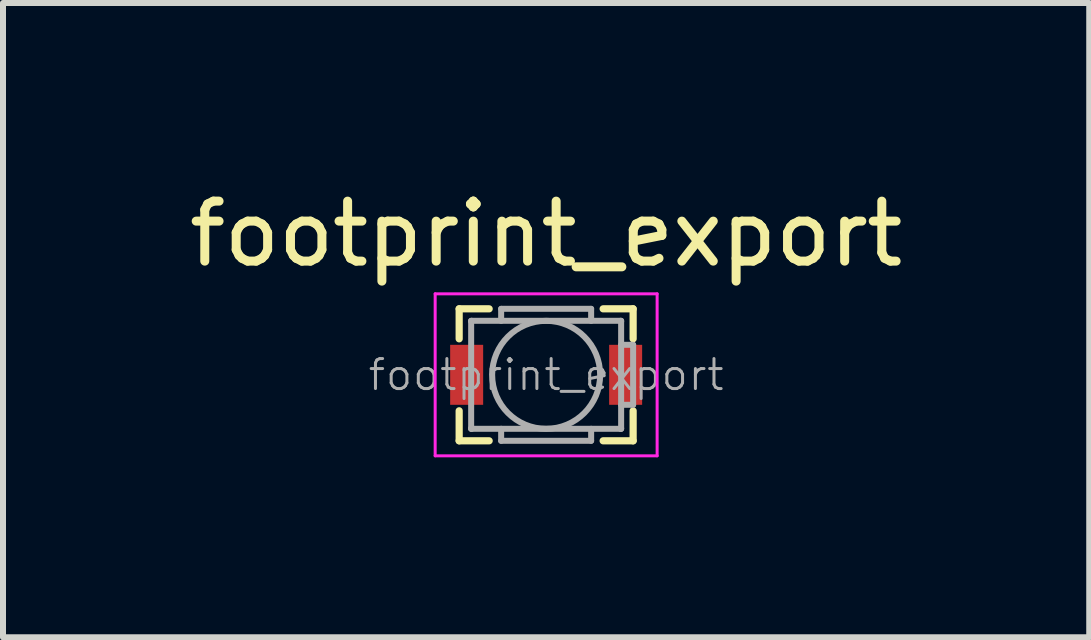
<source format=kicad_pcb>
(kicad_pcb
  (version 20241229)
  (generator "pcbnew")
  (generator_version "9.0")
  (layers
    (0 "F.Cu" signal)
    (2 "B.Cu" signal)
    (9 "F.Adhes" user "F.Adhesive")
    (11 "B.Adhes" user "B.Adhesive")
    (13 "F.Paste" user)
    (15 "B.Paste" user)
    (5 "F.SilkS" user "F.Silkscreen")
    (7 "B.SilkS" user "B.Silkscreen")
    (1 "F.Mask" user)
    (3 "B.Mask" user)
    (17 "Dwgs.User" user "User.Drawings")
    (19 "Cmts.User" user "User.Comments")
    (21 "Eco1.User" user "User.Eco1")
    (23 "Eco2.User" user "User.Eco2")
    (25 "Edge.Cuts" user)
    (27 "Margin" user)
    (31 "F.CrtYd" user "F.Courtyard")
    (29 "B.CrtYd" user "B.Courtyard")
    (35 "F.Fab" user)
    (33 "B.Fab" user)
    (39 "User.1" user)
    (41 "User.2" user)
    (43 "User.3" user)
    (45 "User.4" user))
  (footprint "footprint_export"
    (layer "F.Cu")
    (at 6.054 3.198)
    (property "Reference" "footprint_export" (at 0 -2.35 0) (layer "F.SilkS") (effects (font (size 1 1) (thickness 0.15))))
    (attr smd)
    (fp_line (start -1.45 -1.1) (end -1.45 -0.6) (stroke (width 0.12) (type solid)) (layer "F.SilkS"))
    (fp_line (start -1.45 -1.1) (end -0.95 -1.1) (stroke (width 0.12) (type solid)) (layer "F.SilkS"))
    (fp_line (start -1.45 1.1) (end -1.45 0.6) (stroke (width 0.12) (type solid)) (layer "F.SilkS"))
    (fp_line (start -1.45 1.1) (end -0.95 1.1) (stroke (width 0.12) (type solid)) (layer "F.SilkS"))
    (fp_line (start 1.45 -1.1) (end 0.95 -1.1) (stroke (width 0.12) (type solid)) (layer "F.SilkS"))
    (fp_line (start 1.45 -1.1) (end 1.45 -0.6) (stroke (width 0.12) (type solid)) (layer "F.SilkS"))
    (fp_line (start 1.45 1.1) (end 0.95 1.1) (stroke (width 0.12) (type solid)) (layer "F.SilkS"))
    (fp_line (start 1.45 1.1) (end 1.45 0.6) (stroke (width 0.12) (type solid)) (layer "F.SilkS"))
    (fp_line (start -1.85 -1.35) (end -1.85 1.35) (stroke (width 0.05) (type solid)) (layer "F.CrtYd"))
    (fp_line (start -1.85 1.35) (end 1.85 1.35) (stroke (width 0.05) (type solid)) (layer "F.CrtYd"))
    (fp_line (start 1.85 -1.35) (end -1.85 -1.35) (stroke (width 0.05) (type solid)) (layer "F.CrtYd"))
    (fp_line (start 1.85 1.35) (end 1.85 -1.35) (stroke (width 0.05) (type solid)) (layer "F.CrtYd"))
    (fp_line (start -1.25 -0.9) (end -1.24 -0.9) (stroke (width 0.1) (type solid)) (layer "F.Fab"))
    (fp_line (start -1.25 -0.89) (end -1.25 -0.9) (stroke (width 0.1) (type solid)) (layer "F.Fab"))
    (fp_line (start -1.25 0.89) (end -1.25 -0.89) (stroke (width 0.1) (type solid)) (layer "F.Fab"))
    (fp_line (start -1.25 0.9) (end -1.25 0.89) (stroke (width 0.1) (type solid)) (layer "F.Fab"))
    (fp_line (start -1.24 -0.9) (end 1.24 -0.9) (stroke (width 0.1) (type solid)) (layer "F.Fab"))
    (fp_line (start -1.24 0.9) (end -1.25 0.9) (stroke (width 0.1) (type solid)) (layer "F.Fab"))
    (fp_line (start -0.75 -1.1) (end 0.75 -1.1) (stroke (width 0.1) (type solid)) (layer "F.Fab"))
    (fp_line (start -0.75 -0.9) (end -0.75 -1.1) (stroke (width 0.1) (type solid)) (layer "F.Fab"))
    (fp_line (start -0.75 0.9) (end -0.75 1.1) (stroke (width 0.1) (type solid)) (layer "F.Fab"))
    (fp_line (start -0.75 1.1) (end 0.75 1.1) (stroke (width 0.1) (type solid)) (layer "F.Fab"))
    (fp_line (start 0.75 -1.1) (end 0.75 -0.9) (stroke (width 0.1) (type solid)) (layer "F.Fab"))
    (fp_line (start 0.75 1.1) (end 0.75 0.9) (stroke (width 0.1) (type solid)) (layer "F.Fab"))
    (fp_line (start 1.24 -0.9) (end 1.25 -0.9) (stroke (width 0.1) (type solid)) (layer "F.Fab"))
    (fp_line (start 1.24 0.9) (end -1.24 0.9) (stroke (width 0.1) (type solid)) (layer "F.Fab"))
    (fp_line (start 1.25 -0.9) (end 1.25 -0.89) (stroke (width 0.1) (type solid)) (layer "F.Fab"))
    (fp_line (start 1.25 -0.89) (end 1.25 0.89) (stroke (width 0.1) (type solid)) (layer "F.Fab"))
    (fp_line (start 1.25 -0.5) (end 1.45 -0.5) (stroke (width 0.1) (type solid)) (layer "F.Fab"))
    (fp_line (start 1.25 0.89) (end 1.25 0.9) (stroke (width 0.1) (type solid)) (layer "F.Fab"))
    (fp_line (start 1.25 0.9) (end 1.24 0.9) (stroke (width 0.1) (type solid)) (layer "F.Fab"))
    (fp_line (start 1.45 -0.5) (end 1.45 0.5) (stroke (width 0.1) (type solid)) (layer "F.Fab"))
    (fp_line (start 1.45 0.5) (end 1.25 0.5) (stroke (width 0.1) (type solid)) (layer "F.Fab"))
    (fp_circle (center 0 0) (end 0.9 0) (stroke (width 0.1) (type solid)) (fill no) (layer "F.Fab"))
    (fp_text user "${REFERENCE}" (at 0 0 0) (layer "F.Fab") (effects (font (size 0.5 0.5) (thickness 0.05))))
    (pad "1" smd rect (at -1.325 0) (size 0.55 1) (layers "F.Cu" "F.Mask" "F.Paste"))
    (pad "2" smd rect (at 1.325 0) (size 0.55 1) (layers "F.Cu" "F.Mask" "F.Paste")))
  (gr_rect
    (start -3 -3)
    (end 15.107 7.573)
    (stroke (width 0.1) (type default))
    (fill no)
    (layer "Edge.Cuts")))
</source>
